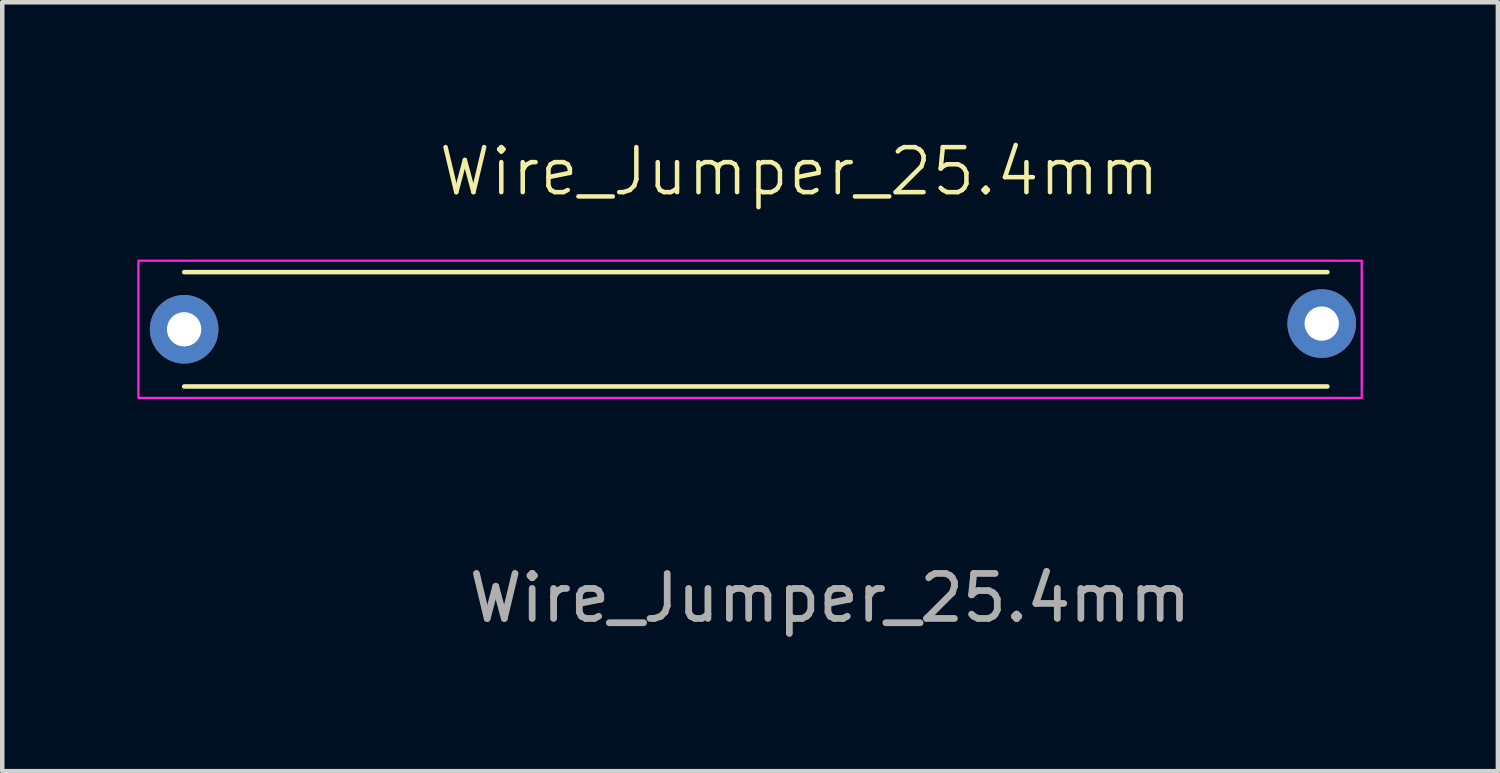
<source format=kicad_pcb>
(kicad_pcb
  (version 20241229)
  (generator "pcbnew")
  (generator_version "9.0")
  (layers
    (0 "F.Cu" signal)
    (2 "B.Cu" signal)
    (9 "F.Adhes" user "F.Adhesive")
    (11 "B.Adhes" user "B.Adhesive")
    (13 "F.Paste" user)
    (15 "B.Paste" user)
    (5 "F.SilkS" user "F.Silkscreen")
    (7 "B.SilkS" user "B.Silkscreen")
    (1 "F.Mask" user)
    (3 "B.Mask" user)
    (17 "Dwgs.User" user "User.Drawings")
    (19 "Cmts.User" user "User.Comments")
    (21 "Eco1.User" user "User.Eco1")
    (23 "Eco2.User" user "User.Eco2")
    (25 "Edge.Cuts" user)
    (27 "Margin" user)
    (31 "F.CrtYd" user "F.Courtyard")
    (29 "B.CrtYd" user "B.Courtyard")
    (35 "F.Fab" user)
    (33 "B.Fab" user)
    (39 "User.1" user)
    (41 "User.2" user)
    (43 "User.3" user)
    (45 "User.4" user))
  (footprint "Wire_Jumper_25.4mm"
    (layer "F.Cu")
    (at 1.041 4.266)
    (property "Reference" "Wire_Jumper_25.4mm" (at 13.665 -3.505 0) (unlocked yes) (layer "F.SilkS") (effects (font (size 1 1) (thickness 0.1))))
    (attr through_hole)
    (fp_line (start 0 -1.27) (end 25.4 -1.27) (stroke (width 0.1) (type default)) (layer "F.SilkS"))
    (fp_line (start 0 1.27) (end 25.4 1.27) (stroke (width 0.1) (type default)) (layer "F.SilkS"))
    (fp_rect (start -1.016 -1.524) (end 26.162 1.524) (stroke (width 0.05) (type default)) (fill no) (layer "F.CrtYd"))
    (fp_text user "${REFERENCE}" (at 14.351 5.969 0) (unlocked yes) (layer "F.Fab") (effects (font (size 1 1) (thickness 0.15))))
    (pad "1" thru_hole circle (at 0 0) (size 1.524 1.524) (drill 0.762) (layers "*.Cu" "*.Mask"))
    (pad "2" thru_hole circle (at 25.273 -0.127) (size 1.524 1.524) (drill 0.762) (layers "*.Cu" "*.Mask")))
  (gr_rect
    (start -3 -3)
    (end 30.228 14.083)
    (stroke (width 0.1) (type default))
    (fill no)
    (layer "Edge.Cuts")))
</source>
